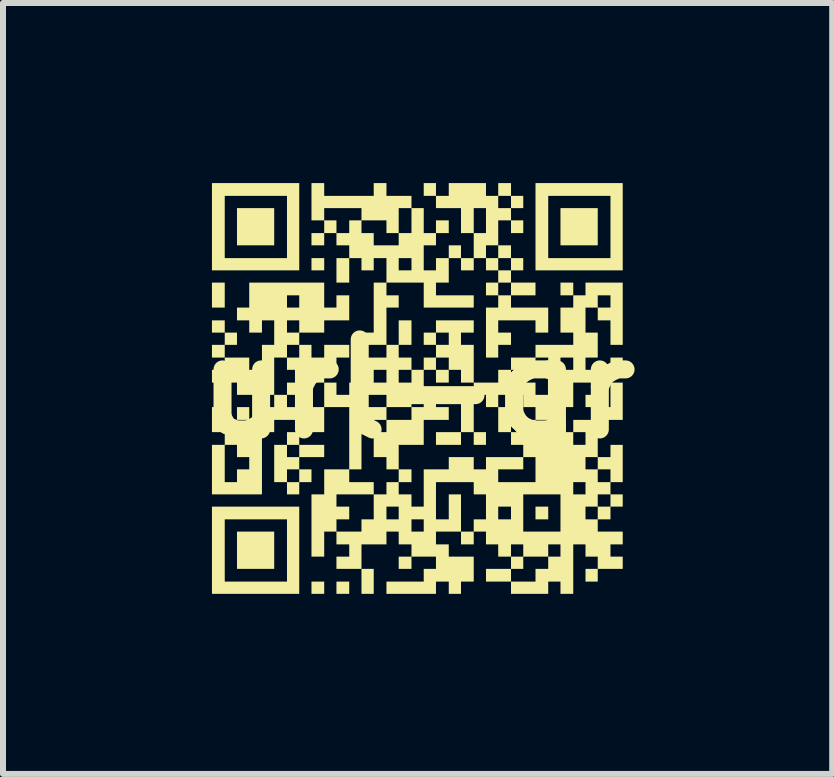
<source format=kicad_pcb>
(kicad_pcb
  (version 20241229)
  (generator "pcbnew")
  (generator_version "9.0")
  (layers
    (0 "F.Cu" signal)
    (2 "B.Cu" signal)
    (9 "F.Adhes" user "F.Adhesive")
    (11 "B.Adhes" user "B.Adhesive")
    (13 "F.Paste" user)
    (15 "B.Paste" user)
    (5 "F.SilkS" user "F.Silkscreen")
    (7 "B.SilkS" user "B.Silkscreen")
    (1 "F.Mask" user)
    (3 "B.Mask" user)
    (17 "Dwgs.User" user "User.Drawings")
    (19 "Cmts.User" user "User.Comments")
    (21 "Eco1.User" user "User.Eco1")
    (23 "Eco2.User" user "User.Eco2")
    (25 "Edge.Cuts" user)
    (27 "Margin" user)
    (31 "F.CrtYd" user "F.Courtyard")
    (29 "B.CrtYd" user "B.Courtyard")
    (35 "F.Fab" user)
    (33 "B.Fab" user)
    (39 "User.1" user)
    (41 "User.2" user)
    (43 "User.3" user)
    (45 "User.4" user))
  (footprint "url-qr"
    (layer "F.Cu")
    (at 3.907 3.426)
    (property "Reference" "url-qr" (at 0 0 0) (layer "F.SilkS") (effects (font (size 1.5 1.5) (thickness 0.3))))
    (attr board_only exclude_from_pos_files exclude_from_bom)
    (fp_poly (pts (xy -3.213 -1.56) (xy -3.213 -1.352) (xy -3.32 -1.352) (xy -3.426 -1.352) (xy -3.426 -1.56) (xy -3.426 -1.768) (xy -3.32 -1.768) (xy -3.213 -1.768)) (stroke (width 0) (type solid)) (fill yes) (layer "F.SilkS"))
    (fp_poly (pts (xy -3.213 -1.037) (xy -3.213 -0.935) (xy -3.32 -0.935) (xy -3.426 -0.935) (xy -3.426 -1.037) (xy -3.426 -1.139) (xy -3.32 -1.139) (xy -3.213 -1.139)) (stroke (width 0) (type solid)) (fill yes) (layer "F.SilkS"))
    (fp_poly (pts (xy -2.389 -2.699) (xy -2.389 -2.389) (xy -2.699 -2.389) (xy -3.009 -2.389) (xy -3.009 -2.699) (xy -3.009 -3.009) (xy -2.699 -3.009) (xy -2.389 -3.009)) (stroke (width 0) (type solid)) (fill yes) (layer "F.SilkS"))
    (fp_poly (pts (xy -2.389 2.69) (xy -2.389 3.001) (xy -2.699 3.001) (xy -3.009 3.001) (xy -3.009 2.69) (xy -3.009 2.38) (xy -2.699 2.38) (xy -2.389 2.38)) (stroke (width 0) (type solid)) (fill yes) (layer "F.SilkS"))
    (fp_poly (pts (xy -1.556 -2.074) (xy -1.556 -1.972) (xy -1.662 -1.972) (xy -1.768 -1.972) (xy -1.768 -2.074) (xy -1.768 -2.176) (xy -1.662 -2.176) (xy -1.556 -2.176)) (stroke (width 0) (type solid)) (fill yes) (layer "F.SilkS"))
    (fp_poly (pts (xy -1.556 3.315) (xy -1.556 3.417) (xy -1.662 3.417) (xy -1.768 3.417) (xy -1.768 3.315) (xy -1.768 3.213) (xy -1.662 3.213) (xy -1.556 3.213)) (stroke (width 0) (type solid)) (fill yes) (layer "F.SilkS"))
    (fp_poly (pts (xy -1.139 3.315) (xy -1.139 3.417) (xy -1.245 3.417) (xy -1.352 3.417) (xy -1.352 3.315) (xy -1.352 3.213) (xy -1.245 3.213) (xy -1.139 3.213)) (stroke (width 0) (type solid)) (fill yes) (layer "F.SilkS"))
    (fp_poly (pts (xy -0.731 3.209) (xy -0.731 3.417) (xy -0.833 3.417) (xy -0.935 3.417) (xy -0.935 3.209) (xy -0.935 3.001) (xy -0.833 3.001) (xy -0.731 3.001)) (stroke (width 0) (type solid)) (fill yes) (layer "F.SilkS"))
    (fp_poly (pts (xy -0.102 1.449) (xy -0.102 1.556) (xy -0.208 1.556) (xy -0.315 1.556) (xy -0.315 1.449) (xy -0.315 1.343) (xy -0.208 1.343) (xy -0.102 1.343)) (stroke (width 0) (type solid)) (fill yes) (layer "F.SilkS"))
    (fp_poly (pts (xy 0.519 -0.208) (xy 0.519 -0.102) (xy 0.412 -0.102) (xy 0.306 -0.102) (xy 0.306 -0.208) (xy 0.306 -0.315) (xy 0.412 -0.315) (xy 0.519 -0.315)) (stroke (width 0) (type solid)) (fill yes) (layer "F.SilkS"))
    (fp_poly (pts (xy 1.139 0.829) (xy 1.139 0.935) (xy 1.037 0.935) (xy 0.935 0.935) (xy 0.935 0.829) (xy 0.935 0.723) (xy 1.037 0.723) (xy 1.139 0.723)) (stroke (width 0) (type solid)) (fill yes) (layer "F.SilkS"))
    (fp_poly (pts (xy 1.76 -2.699) (xy 1.76 -2.593) (xy 1.658 -2.593) (xy 1.556 -2.593) (xy 1.556 -2.699) (xy 1.556 -2.805) (xy 1.658 -2.805) (xy 1.76 -2.805)) (stroke (width 0) (type solid)) (fill yes) (layer "F.SilkS"))
    (fp_poly (pts (xy 2.176 2.07) (xy 2.176 2.176) (xy 2.07 2.176) (xy 1.964 2.176) (xy 1.964 2.07) (xy 1.964 1.964) (xy 2.07 1.964) (xy 2.176 1.964)) (stroke (width 0) (type solid)) (fill yes) (layer "F.SilkS"))
    (fp_poly (pts (xy 3.001 -2.699) (xy 3.001 -2.389) (xy 2.69 -2.389) (xy 2.38 -2.389) (xy 2.38 -2.699) (xy 2.38 -3.009) (xy 2.69 -3.009) (xy 3.001 -3.009)) (stroke (width 0) (type solid)) (fill yes) (layer "F.SilkS"))
    (fp_poly (pts (xy 3.417 -0.417) (xy 3.417 -0.315) (xy 3.315 -0.315) (xy 3.213 -0.315) (xy 3.213 -0.417) (xy 3.213 -0.519) (xy 3.315 -0.519) (xy 3.417 -0.519)) (stroke (width 0) (type solid)) (fill yes) (layer "F.SilkS"))
    (fp_poly (pts (xy -1.768 0.102) (xy -1.768 0.306) (xy -1.87 0.306) (xy -1.972 0.306) (xy -1.972 0.204) (xy -1.972 0.102) (xy -2.074 0.102) (xy -2.176 0.102) (xy -2.176 0) (xy -2.176 -0.102) (xy -1.972 -0.102) (xy -1.768 -0.102)) (stroke (width 0) (type solid)) (fill yes) (layer "F.SilkS"))
    (fp_poly (pts (xy 1.76 0.412) (xy 1.76 0.519) (xy 1.658 0.519) (xy 1.556 0.519) (xy 1.556 0.621) (xy 1.556 0.723) (xy 1.449 0.723) (xy 1.343 0.723) (xy 1.343 0.514) (xy 1.343 0.306) (xy 1.551 0.306) (xy 1.76 0.306)) (stroke (width 0) (type solid)) (fill yes) (layer "F.SilkS"))
    (fp_poly (pts (xy -3.009 -0.833) (xy -3.009 -0.731) (xy -3.111 -0.731) (xy -3.213 -0.731) (xy -3.213 -0.625) (xy -3.213 -0.519) (xy -3.32 -0.519) (xy -3.426 -0.519) (xy -3.426 -0.625) (xy -3.426 -0.731) (xy -3.32 -0.731) (xy -3.213 -0.731) (xy -3.213 -0.833) (xy -3.213 -0.935) (xy -3.111 -0.935) (xy -3.009 -0.935)) (stroke (width 0) (type solid)) (fill yes) (layer "F.SilkS"))
    (fp_poly (pts (xy 0.935 0.412) (xy 0.935 0.723) (xy 0.829 0.723) (xy 0.723 0.723) (xy 0.723 0.829) (xy 0.723 0.935) (xy 0.514 0.935) (xy 0.306 0.935) (xy 0.306 0.829) (xy 0.306 0.723) (xy 0.514 0.723) (xy 0.723 0.723) (xy 0.723 0.412) (xy 0.723 0.102) (xy 0.829 0.102) (xy 0.935 0.102)) (stroke (width 0) (type solid)) (fill yes) (layer "F.SilkS"))
    (fp_poly (pts (xy -1.972 -2.699) (xy -1.972 -1.972) (xy -2.699 -1.972) (xy -3.426 -1.972) (xy -3.426 -2.699) (xy -3.426 -3.213) (xy -3.213 -3.213) (xy -3.213 -2.695) (xy -3.213 -2.176) (xy -2.695 -2.176) (xy -2.176 -2.176) (xy -2.176 -2.695) (xy -2.176 -3.213) (xy -2.695 -3.213) (xy -3.213 -3.213) (xy -3.426 -3.213) (xy -3.426 -3.426) (xy -2.699 -3.426) (xy -1.972 -3.426)) (stroke (width 0) (type solid)) (fill yes) (layer "F.SilkS"))
    (fp_poly (pts (xy -1.972 2.69) (xy -1.972 3.417) (xy -2.699 3.417) (xy -3.426 3.417) (xy -3.426 2.69) (xy -3.426 2.176) (xy -3.213 2.176) (xy -3.213 2.695) (xy -3.213 3.213) (xy -2.695 3.213) (xy -2.176 3.213) (xy -2.176 2.695) (xy -2.176 2.176) (xy -2.695 2.176) (xy -3.213 2.176) (xy -3.426 2.176) (xy -3.426 1.964) (xy -2.699 1.964) (xy -1.972 1.964)) (stroke (width 0) (type solid)) (fill yes) (layer "F.SilkS"))
    (fp_poly (pts (xy 3.417 -2.699) (xy 3.417 -1.972) (xy 2.69 -1.972) (xy 1.964 -1.972) (xy 1.964 -2.699) (xy 1.964 -3.213) (xy 2.176 -3.213) (xy 2.176 -2.695) (xy 2.176 -2.176) (xy 2.695 -2.176) (xy 3.213 -2.176) (xy 3.213 -2.695) (xy 3.213 -3.213) (xy 2.695 -3.213) (xy 2.176 -3.213) (xy 1.964 -3.213) (xy 1.964 -3.426) (xy 2.69 -3.426) (xy 3.417 -3.426)) (stroke (width 0) (type solid)) (fill yes) (layer "F.SilkS"))
    (fp_poly (pts (xy -1.768 -0.625) (xy -1.768 -0.519) (xy -1.662 -0.519) (xy -1.556 -0.519) (xy -1.556 -0.625) (xy -1.556 -0.731) (xy -1.347 -0.731) (xy -1.139 -0.731) (xy -1.139 -0.625) (xy -1.139 -0.519) (xy -1.245 -0.519) (xy -1.352 -0.519) (xy -1.352 -0.417) (xy -1.352 -0.315) (xy -1.454 -0.315) (xy -1.556 -0.315) (xy -1.556 -0.208) (xy -1.556 -0.102) (xy -1.662 -0.102) (xy -1.768 -0.102) (xy -1.768 -0.208) (xy -1.768 -0.315) (xy -1.972 -0.315) (xy -2.176 -0.315) (xy -2.176 -0.417) (xy -2.176 -0.519) (xy -2.074 -0.519) (xy -1.972 -0.519) (xy -1.972 -0.625) (xy -1.972 -0.731) (xy -1.87 -0.731) (xy -1.768 -0.731)) (stroke (width 0) (type solid)) (fill yes) (layer "F.SilkS"))
    (fp_poly (pts (xy 0.306 0.204) (xy 0.306 0.306) (xy 0.412 0.306) (xy 0.519 0.306) (xy 0.519 0.412) (xy 0.519 0.519) (xy 0.31 0.519) (xy 0.102 0.519) (xy 0.102 0.727) (xy 0.102 0.935) (xy -0.106 0.935) (xy -0.315 0.935) (xy -0.315 1.139) (xy -0.315 1.343) (xy -0.417 1.343) (xy -0.519 1.343) (xy -0.519 1.241) (xy -0.519 1.139) (xy -0.625 1.139) (xy -0.731 1.139) (xy -0.731 0.931) (xy -0.731 0.723) (xy -0.625 0.723) (xy -0.519 0.723) (xy -0.519 0.621) (xy -0.519 0.519) (xy -0.31 0.519) (xy -0.102 0.519) (xy -0.102 0.412) (xy -0.102 0.306) (xy 0 0.306) (xy 0.102 0.306) (xy 0.102 0.204) (xy 0.102 0.102) (xy 0.204 0.102) (xy 0.306 0.102)) (stroke (width 0) (type solid)) (fill yes) (layer "F.SilkS"))
    (fp_poly (pts (xy -1.556 -1.56) (xy -1.556 -1.352) (xy -1.454 -1.352) (xy -1.352 -1.352) (xy -1.352 -1.454) (xy -1.352 -1.556) (xy -1.245 -1.556) (xy -1.139 -1.556) (xy -1.139 -1.347) (xy -1.139 -1.139) (xy -1.347 -1.139) (xy -1.556 -1.139) (xy -1.556 -1.037) (xy -1.556 -0.935) (xy -1.764 -0.935) (xy -1.972 -0.935) (xy -1.972 -0.833) (xy -1.972 -0.731) (xy -2.074 -0.731) (xy -2.176 -0.731) (xy -2.176 -0.625) (xy -2.176 -0.519) (xy -2.282 -0.519) (xy -2.389 -0.519) (xy -2.389 -0.208) (xy -2.389 0.102) (xy -2.699 0.102) (xy -3.009 0.102) (xy -3.009 0) (xy -3.009 -0.102) (xy -3.218 -0.102) (xy -3.426 -0.102) (xy -3.426 -0.208) (xy -3.426 -0.315) (xy -3.32 -0.315) (xy -3.213 -0.315) (xy -3.213 -0.417) (xy -3.213 -0.519) (xy -3.009 -0.519) (xy -2.805 -0.519) (xy -2.805 -0.417) (xy -2.805 -0.315) (xy -2.699 -0.315) (xy -2.593 -0.315) (xy -2.593 -0.523) (xy -2.593 -0.731) (xy -2.491 -0.731) (xy -2.389 -0.731) (xy -2.389 -0.935) (xy -2.389 -1.139) (xy -2.176 -1.139) (xy -2.176 -1.037) (xy -2.176 -0.935) (xy -2.074 -0.935) (xy -1.972 -0.935) (xy -1.972 -1.037) (xy -1.972 -1.139) (xy -2.074 -1.139) (xy -2.176 -1.139) (xy -2.389 -1.139) (xy -2.491 -1.139) (xy -2.593 -1.139) (xy -2.593 -1.037) (xy -2.593 -0.935) (xy -2.699 -0.935) (xy -2.805 -0.935) (xy -2.805 -1.037) (xy -2.805 -1.139) (xy -2.907 -1.139) (xy -3.009 -1.139) (xy -3.009 -1.245) (xy -3.009 -1.352) (xy -2.907 -1.352) (xy -2.805 -1.352) (xy -2.805 -1.556) (xy -2.176 -1.556) (xy -2.176 -1.454) (xy -2.176 -1.352) (xy -2.074 -1.352) (xy -1.972 -1.352) (xy -1.972 -1.454) (xy -1.972 -1.556) (xy -2.074 -1.556) (xy -2.176 -1.556) (xy -2.805 -1.556) (xy -2.805 -1.56) (xy -2.805 -1.768) (xy -2.18 -1.768) (xy -1.556 -1.768)) (stroke (width 0) (type solid)) (fill yes) (layer "F.SilkS"))
    (fp_poly (pts (xy -1.556 -3.32) (xy -1.556 -3.213) (xy -1.143 -3.213) (xy -0.731 -3.213) (xy -0.731 -3.32) (xy -0.731 -3.426) (xy -0.625 -3.426) (xy -0.519 -3.426) (xy -0.519 -3.32) (xy -0.519 -3.213) (xy -0.31 -3.213) (xy -0.102 -3.213) (xy -0.102 -3.111) (xy -0.102 -3.009) (xy -0.208 -3.009) (xy -0.315 -3.009) (xy -0.315 -2.801) (xy -0.315 -2.593) (xy -0.417 -2.593) (xy -0.519 -2.593) (xy -0.519 -2.699) (xy -0.519 -2.805) (xy -0.727 -2.805) (xy -0.935 -2.805) (xy -0.935 -2.699) (xy -0.935 -2.593) (xy -0.833 -2.593) (xy -0.731 -2.593) (xy -0.731 -2.491) (xy -0.731 -2.389) (xy -0.523 -2.389) (xy -0.315 -2.389) (xy -0.315 -2.491) (xy -0.315 -2.593) (xy -0.208 -2.593) (xy -0.102 -2.593) (xy -0.102 -2.801) (xy -0.102 -3.009) (xy 0 -3.009) (xy 0.102 -3.009) (xy 0.102 -2.801) (xy 0.102 -2.593) (xy 0.204 -2.593) (xy 0.306 -2.593) (xy 0.306 -2.699) (xy 0.306 -2.805) (xy 0.412 -2.805) (xy 0.519 -2.805) (xy 0.519 -2.699) (xy 0.519 -2.593) (xy 0.412 -2.593) (xy 0.306 -2.593) (xy 0.306 -2.491) (xy 0.306 -2.389) (xy 0.204 -2.389) (xy 0.102 -2.389) (xy 0.102 -2.18) (xy 0.102 -1.972) (xy 0.204 -1.972) (xy 0.306 -1.972) (xy 0.306 -2.074) (xy 0.306 -2.176) (xy 0.412 -2.176) (xy 0.519 -2.176) (xy 0.519 -2.282) (xy 0.519 -2.389) (xy 0.621 -2.389) (xy 0.723 -2.389) (xy 0.723 -2.282) (xy 0.723 -2.176) (xy 0.829 -2.176) (xy 0.935 -2.176) (xy 0.935 -2.384) (xy 0.935 -2.593) (xy 0.829 -2.593) (xy 0.723 -2.593) (xy 0.723 -2.801) (xy 0.723 -3.009) (xy 0.935 -3.009) (xy 0.935 -2.801) (xy 0.935 -2.593) (xy 1.037 -2.593) (xy 1.139 -2.593) (xy 1.139 -2.801) (xy 1.139 -3.009) (xy 1.037 -3.009) (xy 0.935 -3.009) (xy 0.723 -3.009) (xy 0.514 -3.009) (xy 0.306 -3.009) (xy 0.306 -3.111) (xy 0.306 -3.213) (xy 0.204 -3.213) (xy 0.102 -3.213) (xy 0.102 -3.32) (xy 0.102 -3.426) (xy 0.204 -3.426) (xy 0.306 -3.426) (xy 0.306 -3.32) (xy 0.306 -3.213) (xy 0.412 -3.213) (xy 0.519 -3.213) (xy 0.519 -3.32) (xy 0.519 -3.426) (xy 0.829 -3.426) (xy 1.139 -3.426) (xy 1.139 -3.32) (xy 1.139 -3.213) (xy 1.241 -3.213) (xy 1.343 -3.213) (xy 1.343 -3.32) (xy 1.343 -3.426) (xy 1.449 -3.426) (xy 1.556 -3.426) (xy 1.556 -3.32) (xy 1.556 -3.213) (xy 1.449 -3.213) (xy 1.343 -3.213) (xy 1.343 -3.111) (xy 1.343 -3.009) (xy 1.449 -3.009) (xy 1.556 -3.009) (xy 1.556 -3.111) (xy 1.556 -3.213) (xy 1.658 -3.213) (xy 1.76 -3.213) (xy 1.76 -3.111) (xy 1.76 -3.009) (xy 1.658 -3.009) (xy 1.556 -3.009) (xy 1.556 -2.907) (xy 1.556 -2.805) (xy 1.449 -2.805) (xy 1.343 -2.805) (xy 1.343 -2.597) (xy 1.343 -2.389) (xy 1.241 -2.389) (xy 1.139 -2.389) (xy 1.139 -2.282) (xy 1.139 -2.176) (xy 1.241 -2.176) (xy 1.343 -2.176) (xy 1.343 -2.282) (xy 1.343 -2.389) (xy 1.449 -2.389) (xy 1.556 -2.389) (xy 1.556 -2.282) (xy 1.556 -2.176) (xy 1.449 -2.176) (xy 1.343 -2.176) (xy 1.343 -2.074) (xy 1.343 -1.972) (xy 1.449 -1.972) (xy 1.556 -1.972) (xy 1.556 -2.074) (xy 1.556 -2.176) (xy 1.658 -2.176) (xy 1.76 -2.176) (xy 1.76 -2.074) (xy 1.76 -1.972) (xy 1.658 -1.972) (xy 1.556 -1.972) (xy 1.556 -1.87) (xy 1.556 -1.768) (xy 1.449 -1.768) (xy 1.343 -1.768) (xy 1.343 -1.662) (xy 1.343 -1.556) (xy 1.449 -1.556) (xy 1.556 -1.556) (xy 1.556 -1.662) (xy 1.556 -1.768) (xy 1.76 -1.768) (xy 1.964 -1.768) (xy 1.964 -1.662) (xy 1.964 -1.556) (xy 1.76 -1.556) (xy 1.556 -1.556) (xy 1.556 -1.454) (xy 1.556 -1.352) (xy 1.866 -1.352) (xy 2.176 -1.352) (xy 2.176 -1.143) (xy 2.176 -0.935) (xy 2.07 -0.935) (xy 1.964 -0.935) (xy 1.964 -1.037) (xy 1.964 -1.139) (xy 1.653 -1.139) (xy 1.343 -1.139) (xy 1.343 -1.037) (xy 1.343 -0.935) (xy 1.449 -0.935) (xy 1.556 -0.935) (xy 1.556 -0.833) (xy 1.556 -0.731) (xy 1.449 -0.731) (xy 1.343 -0.731) (xy 1.343 -0.625) (xy 1.343 -0.519) (xy 1.241 -0.519) (xy 1.139 -0.519) (xy 1.139 -0.935) (xy 1.139 -1.352) (xy 1.241 -1.352) (xy 1.343 -1.352) (xy 1.343 -1.454) (xy 1.343 -1.556) (xy 1.241 -1.556) (xy 1.139 -1.556) (xy 1.139 -1.662) (xy 1.139 -1.768) (xy 1.241 -1.768) (xy 1.343 -1.768) (xy 1.343 -1.87) (xy 1.343 -1.972) (xy 1.241 -1.972) (xy 1.139 -1.972) (xy 1.139 -2.074) (xy 1.139 -2.176) (xy 1.037 -2.176) (xy 0.935 -2.176) (xy 0.935 -2.074) (xy 0.935 -1.972) (xy 0.829 -1.972) (xy 0.723 -1.972) (xy 0.723 -2.074) (xy 0.723 -2.176) (xy 0.621 -2.176) (xy 0.519 -2.176) (xy 0.519 -1.972) (xy 0.519 -1.768) (xy 0.412 -1.768) (xy 0.306 -1.768) (xy 0.306 -1.662) (xy 0.306 -1.556) (xy 0.621 -1.556) (xy 0.935 -1.556) (xy 0.935 -1.454) (xy 0.935 -1.352) (xy 0.519 -1.352) (xy 0.102 -1.352) (xy 0.102 -1.56) (xy 0.102 -1.768) (xy -0.208 -1.768) (xy -0.519 -1.768) (xy -0.519 -1.662) (xy -0.519 -1.556) (xy -0.417 -1.556) (xy -0.315 -1.556) (xy -0.315 -1.454) (xy -0.315 -1.352) (xy -0.417 -1.352) (xy -0.519 -1.352) (xy -0.519 -1.041) (xy -0.519 -0.731) (xy -0.417 -0.731) (xy -0.315 -0.731) (xy -0.315 -0.935) (xy -0.315 -1.139) (xy -0.208 -1.139) (xy -0.102 -1.139) (xy -0.102 -0.935) (xy -0.102 -0.731) (xy -0.208 -0.731) (xy -0.315 -0.731) (xy -0.315 -0.625) (xy -0.315 -0.519) (xy -0.208 -0.519) (xy -0.102 -0.519) (xy -0.102 -0.417) (xy -0.102 -0.315) (xy 0 -0.315) (xy 0.102 -0.315) (xy 0.102 -0.417) (xy 0.102 -0.519) (xy 0.204 -0.519) (xy 0.306 -0.519) (xy 0.306 -0.625) (xy 0.306 -0.731) (xy 0.204 -0.731) (xy 0.102 -0.731) (xy 0.102 -0.833) (xy 0.102 -0.935) (xy 0.204 -0.935) (xy 0.306 -0.935) (xy 0.306 -0.833) (xy 0.306 -0.731) (xy 0.412 -0.731) (xy 0.519 -0.731) (xy 0.519 -0.833) (xy 0.519 -0.935) (xy 0.412 -0.935) (xy 0.306 -0.935) (xy 0.306 -1.037) (xy 0.306 -1.139) (xy 0.621 -1.139) (xy 0.935 -1.139) (xy 0.935 -1.037) (xy 0.935 -0.935) (xy 0.829 -0.935) (xy 0.723 -0.935) (xy 0.723 -0.833) (xy 0.723 -0.731) (xy 0.829 -0.731) (xy 0.935 -0.731) (xy 0.935 -0.417) (xy 0.935 -0.102) (xy 1.139 -0.102) (xy 1.343 -0.102) (xy 1.343 -0.208) (xy 1.343 -0.315) (xy 1.449 -0.315) (xy 1.556 -0.315) (xy 1.556 -0.417) (xy 1.556 -0.519) (xy 1.76 -0.519) (xy 1.964 -0.519) (xy 1.964 -0.625) (xy 1.964 -0.731) (xy 2.278 -0.731) (xy 2.593 -0.731) (xy 2.593 -0.833) (xy 2.593 -0.935) (xy 2.486 -0.935) (xy 2.38 -0.935) (xy 2.38 -1.143) (xy 2.38 -1.352) (xy 2.486 -1.352) (xy 2.593 -1.352) (xy 2.593 -1.454) (xy 2.593 -1.556) (xy 2.486 -1.556) (xy 2.38 -1.556) (xy 2.38 -1.662) (xy 2.38 -1.768) (xy 2.486 -1.768) (xy 2.593 -1.768) (xy 2.593 -1.662) (xy 2.593 -1.556) (xy 2.695 -1.556) (xy 2.797 -1.556) (xy 3.001 -1.556) (xy 3.001 -1.454) (xy 3.001 -1.352) (xy 3.107 -1.352) (xy 3.213 -1.352) (xy 3.213 -1.454) (xy 3.213 -1.556) (xy 3.107 -1.556) (xy 3.001 -1.556) (xy 2.797 -1.556) (xy 2.797 -1.662) (xy 2.797 -1.768) (xy 3.107 -1.768) (xy 3.417 -1.768) (xy 3.417 -1.25) (xy 3.417 -0.731) (xy 3.315 -0.731) (xy 3.213 -0.731) (xy 3.213 -0.935) (xy 3.213 -1.139) (xy 3.107 -1.139) (xy 3.001 -1.139) (xy 3.001 -1.245) (xy 3.001 -1.352) (xy 2.899 -1.352) (xy 2.797 -1.352) (xy 2.797 -1.143) (xy 2.797 -0.935) (xy 2.899 -0.935) (xy 3.001 -0.935) (xy 3.001 -0.727) (xy 3.001 -0.519) (xy 2.899 -0.519) (xy 2.797 -0.519) (xy 2.797 -0.417) (xy 2.797 -0.315) (xy 2.899 -0.315) (xy 3.001 -0.315) (xy 3.001 -0.208) (xy 3.001 -0.102) (xy 2.797 -0.102) (xy 2.593 -0.102) (xy 2.593 0.102) (xy 2.593 0.306) (xy 2.486 0.306) (xy 2.38 0.306) (xy 2.38 -0.004) (xy 2.38 -0.315) (xy 2.278 -0.315) (xy 2.176 -0.315) (xy 2.176 -0.417) (xy 2.176 -0.519) (xy 2.38 -0.519) (xy 2.38 -0.417) (xy 2.38 -0.315) (xy 2.486 -0.315) (xy 2.593 -0.315) (xy 2.593 -0.417) (xy 2.593 -0.519) (xy 2.486 -0.519) (xy 2.38 -0.519) (xy 2.176 -0.519) (xy 2.07 -0.519) (xy 1.964 -0.519) (xy 1.964 -0.417) (xy 1.964 -0.315) (xy 1.76 -0.315) (xy 1.556 -0.315) (xy 1.556 -0.208) (xy 1.556 -0.102) (xy 1.76 -0.102) (xy 1.964 -0.102) (xy 1.964 0) (xy 1.964 0.102) (xy 2.07 0.102) (xy 2.176 0.102) (xy 2.176 0.31) (xy 2.176 0.519) (xy 2.07 0.519) (xy 1.964 0.519) (xy 1.964 0.621) (xy 1.964 0.723) (xy 2.07 0.723) (xy 2.176 0.723) (xy 2.176 0.829) (xy 2.176 0.935) (xy 2.278 0.935) (xy 2.38 0.935) (xy 2.38 0.829) (xy 2.38 0.723) (xy 2.278 0.723) (xy 2.176 0.723) (xy 2.176 0.621) (xy 2.176 0.519) (xy 2.278 0.519) (xy 2.38 0.519) (xy 2.38 0.621) (xy 2.38 0.723) (xy 2.486 0.723) (xy 2.593 0.723) (xy 2.593 0.829) (xy 2.593 0.935) (xy 2.695 0.935) (xy 2.797 0.935) (xy 2.797 0.829) (xy 2.797 0.723) (xy 2.695 0.723) (xy 2.593 0.723) (xy 2.593 0.621) (xy 2.593 0.519) (xy 2.797 0.519) (xy 3.001 0.519) (xy 3.001 0.412) (xy 3.001 0.306) (xy 2.899 0.306) (xy 2.797 0.306) (xy 2.797 0.204) (xy 2.797 0.102) (xy 2.899 0.102) (xy 3.001 0.102) (xy 3.001 0.204) (xy 3.001 0.306) (xy 3.107 0.306) (xy 3.213 0.306) (xy 3.213 0.102) (xy 3.213 -0.102) (xy 3.315 -0.102) (xy 3.417 -0.102) (xy 3.417 0.208) (xy 3.417 0.519) (xy 3.209 0.519) (xy 3.001 0.519) (xy 3.001 0.829) (xy 3.001 1.139) (xy 3.107 1.139) (xy 3.213 1.139) (xy 3.213 1.037) (xy 3.213 0.935) (xy 3.315 0.935) (xy 3.417 0.935) (xy 3.417 1.245) (xy 3.417 1.556) (xy 3.315 1.556) (xy 3.213 1.556) (xy 3.213 1.658) (xy 3.213 1.76) (xy 3.107 1.76) (xy 3.001 1.76) (xy 3.001 1.862) (xy 3.001 1.964) (xy 2.899 1.964) (xy 2.797 1.964) (xy 2.797 2.07) (xy 2.797 2.176) (xy 2.899 2.176) (xy 3.001 2.176) (xy 3.001 2.07) (xy 3.001 1.964) (xy 3.107 1.964) (xy 3.213 1.964) (xy 3.213 1.862) (xy 3.213 1.76) (xy 3.315 1.76) (xy 3.417 1.76) (xy 3.417 1.862) (xy 3.417 1.964) (xy 3.315 1.964) (xy 3.213 1.964) (xy 3.213 2.07) (xy 3.213 2.176) (xy 3.107 2.176) (xy 3.001 2.176) (xy 3.001 2.278) (xy 3.001 2.38) (xy 3.209 2.38) (xy 3.417 2.38) (xy 3.417 2.486) (xy 3.417 2.593) (xy 3.315 2.593) (xy 3.213 2.593) (xy 3.213 2.695) (xy 3.213 2.797) (xy 3.315 2.797) (xy 3.417 2.797) (xy 3.417 2.899) (xy 3.417 3.001) (xy 3.209 3.001) (xy 3.001 3.001) (xy 3.001 3.107) (xy 3.001 3.213) (xy 2.899 3.213) (xy 2.797 3.213) (xy 2.797 3.107) (xy 2.797 3.001) (xy 2.899 3.001) (xy 3.001 3.001) (xy 3.001 2.899) (xy 3.001 2.797) (xy 2.899 2.797) (xy 2.797 2.797) (xy 2.797 2.695) (xy 2.797 2.593) (xy 2.695 2.593) (xy 2.593 2.593) (xy 2.593 3.005) (xy 2.593 3.417) (xy 2.486 3.417) (xy 2.38 3.417) (xy 2.38 3.315) (xy 2.38 3.213) (xy 2.278 3.213) (xy 2.176 3.213) (xy 2.176 3.315) (xy 2.176 3.417) (xy 1.866 3.417) (xy 1.556 3.417) (xy 1.556 3.315) (xy 1.556 3.213) (xy 1.347 3.213) (xy 1.139 3.213) (xy 1.139 3.107) (xy 1.139 3.001) (xy 1.347 3.001) (xy 1.556 3.001) (xy 1.556 2.899) (xy 1.556 2.797) (xy 1.658 2.797) (xy 1.76 2.797) (xy 1.76 2.899) (xy 1.76 3.001) (xy 1.658 3.001) (xy 1.556 3.001) (xy 1.556 3.107) (xy 1.556 3.213) (xy 1.76 3.213) (xy 1.964 3.213) (xy 1.964 3.107) (xy 1.964 3.001) (xy 2.07 3.001) (xy 2.176 3.001) (xy 2.176 2.899) (xy 2.176 2.797) (xy 2.278 2.797) (xy 2.38 2.797) (xy 2.38 2.695) (xy 2.38 2.593) (xy 2.278 2.593) (xy 2.176 2.593) (xy 2.176 2.695) (xy 2.176 2.797) (xy 1.968 2.797) (xy 1.76 2.797) (xy 1.76 2.695) (xy 1.76 2.593) (xy 1.658 2.593) (xy 1.556 2.593) (xy 1.556 2.695) (xy 1.556 2.797) (xy 1.449 2.797) (xy 1.343 2.797) (xy 1.343 2.695) (xy 1.343 2.593) (xy 1.241 2.593) (xy 1.139 2.593) (xy 1.139 2.486) (xy 1.139 2.38) (xy 1.037 2.38) (xy 0.935 2.38) (xy 0.935 2.486) (xy 0.935 2.593) (xy 0.829 2.593) (xy 0.723 2.593) (xy 0.723 2.486) (xy 0.723 2.38) (xy 0.514 2.38) (xy 0.306 2.38) (xy 0.306 2.486) (xy 0.306 2.593) (xy 0.412 2.593) (xy 0.519 2.593) (xy 0.519 2.695) (xy 0.519 2.797) (xy 0.727 2.797) (xy 0.935 2.797) (xy 0.935 3.005) (xy 0.935 3.213) (xy 0.829 3.213) (xy 0.723 3.213) (xy 0.723 3.315) (xy 0.723 3.417) (xy 0.621 3.417) (xy 0.519 3.417) (xy 0.519 3.315) (xy 0.519 3.213) (xy 0.412 3.213) (xy 0.306 3.213) (xy 0.306 3.315) (xy 0.306 3.417) (xy -0.106 3.417) (xy -0.519 3.417) (xy -0.519 3.315) (xy -0.519 3.213) (xy -0.208 3.213) (xy 0.102 3.213) (xy 0.102 3.107) (xy 0.102 3.001) (xy 0.204 3.001) (xy 0.306 3.001) (xy 0.306 2.899) (xy 0.306 2.797) (xy 0.102 2.797) (xy -0.102 2.797) (xy -0.102 2.899) (xy -0.102 3.001) (xy -0.208 3.001) (xy -0.315 3.001) (xy -0.315 2.899) (xy -0.315 2.797) (xy -0.208 2.797) (xy -0.102 2.797) (xy -0.102 2.695) (xy -0.102 2.593) (xy -0.208 2.593) (xy -0.315 2.593) (xy -0.315 2.486) (xy -0.315 2.38) (xy -0.417 2.38) (xy -0.519 2.38) (xy -0.519 2.486) (xy -0.519 2.593) (xy -0.727 2.593) (xy -0.935 2.593) (xy -0.935 2.797) (xy -0.935 3.001) (xy -1.143 3.001) (xy -1.352 3.001) (xy -1.352 2.899) (xy -1.352 2.797) (xy -1.245 2.797) (xy -1.139 2.797) (xy -1.139 2.695) (xy -1.139 2.593) (xy -1.245 2.593) (xy -1.352 2.593) (xy -1.352 2.486) (xy -1.352 2.38) (xy -1.143 2.38) (xy -0.935 2.38) (xy -0.935 2.278) (xy -0.935 2.176) (xy -0.833 2.176) (xy -0.731 2.176) (xy -0.731 1.968) (xy -0.731 1.964) (xy -0.519 1.964) (xy -0.519 2.07) (xy -0.519 2.176) (xy -0.417 2.176) (xy -0.315 2.176) (xy -0.102 2.176) (xy -0.102 2.278) (xy -0.102 2.38) (xy 0 2.38) (xy 0.102 2.38) (xy 0.102 2.278) (xy 0.102 2.176) (xy 0 2.176) (xy -0.102 2.176) (xy -0.315 2.176) (xy -0.315 2.07) (xy -0.315 1.964) (xy -0.417 1.964) (xy -0.519 1.964) (xy -0.731 1.964) (xy -0.731 1.76) (xy -0.625 1.76) (xy -0.519 1.76) (xy -0.519 1.658) (xy -0.519 1.556) (xy -0.417 1.556) (xy -0.315 1.556) (xy -0.315 1.658) (xy -0.315 1.76) (xy -0.208 1.76) (xy -0.102 1.76) (xy -0.102 1.862) (xy -0.102 1.964) (xy 0 1.964) (xy 0.102 1.964) (xy 0.102 1.653) (xy 0.102 1.556) (xy 0.306 1.556) (xy 0.306 1.866) (xy 0.306 2.176) (xy 0.412 2.176) (xy 0.519 2.176) (xy 0.519 1.968) (xy 0.519 1.76) (xy 0.621 1.76) (xy 0.723 1.76) (xy 0.723 2.07) (xy 0.723 2.38) (xy 0.829 2.38) (xy 0.935 2.38) (xy 0.935 2.278) (xy 0.935 2.176) (xy 1.037 2.176) (xy 1.139 2.176) (xy 1.139 1.968) (xy 1.139 1.964) (xy 1.343 1.964) (xy 1.343 2.07) (xy 1.343 2.176) (xy 1.449 2.176) (xy 1.556 2.176) (xy 1.556 2.07) (xy 1.556 1.964) (xy 1.449 1.964) (xy 1.343 1.964) (xy 1.139 1.964) (xy 1.139 1.76) (xy 1.76 1.76) (xy 1.76 2.07) (xy 1.76 2.38) (xy 2.07 2.38) (xy 2.38 2.38) (xy 2.38 2.07) (xy 2.38 1.76) (xy 2.07 1.76) (xy 1.76 1.76) (xy 1.139 1.76) (xy 1.037 1.76) (xy 0.935 1.76) (xy 0.935 1.658) (xy 0.935 1.556) (xy 1.343 1.556) (xy 1.653 1.556) (xy 1.964 1.556) (xy 2.593 1.556) (xy 2.593 1.658) (xy 2.593 1.76) (xy 2.695 1.76) (xy 2.797 1.76) (xy 2.797 1.658) (xy 2.797 1.556) (xy 2.695 1.556) (xy 2.593 1.556) (xy 1.964 1.556) (xy 1.964 1.347) (xy 1.964 1.139) (xy 2.797 1.139) (xy 2.797 1.241) (xy 2.797 1.343) (xy 2.899 1.343) (xy 3.001 1.343) (xy 3.001 1.449) (xy 3.001 1.556) (xy 3.107 1.556) (xy 3.213 1.556) (xy 3.213 1.449) (xy 3.213 1.343) (xy 3.107 1.343) (xy 3.001 1.343) (xy 3.001 1.241) (xy 3.001 1.139) (xy 2.899 1.139) (xy 2.797 1.139) (xy 1.964 1.139) (xy 1.862 1.139) (xy 1.76 1.139) (xy 1.76 1.241) (xy 1.76 1.343) (xy 1.551 1.343) (xy 1.343 1.343) (xy 1.343 1.449) (xy 1.343 1.556) (xy 0.935 1.556) (xy 0.621 1.556) (xy 0.306 1.556) (xy 0.102 1.556) (xy 0.102 1.343) (xy 0.31 1.343) (xy 0.519 1.343) (xy 0.519 1.241) (xy 0.519 1.139) (xy 0.727 1.139) (xy 0.935 1.139) (xy 0.935 1.241) (xy 0.935 1.343) (xy 1.037 1.343) (xy 1.139 1.343) (xy 1.139 1.241) (xy 1.139 1.139) (xy 1.449 1.139) (xy 1.76 1.139) (xy 1.76 1.037) (xy 1.76 0.935) (xy 1.658 0.935) (xy 1.556 0.935) (xy 1.556 0.829) (xy 1.556 0.723) (xy 1.658 0.723) (xy 1.76 0.723) (xy 1.76 0.621) (xy 1.76 0.519) (xy 1.862 0.519) (xy 1.964 0.519) (xy 1.964 0.412) (xy 1.964 0.306) (xy 1.862 0.306) (xy 1.76 0.306) (xy 1.76 0.204) (xy 1.76 0.102) (xy 1.551 0.102) (xy 1.343 0.102) (xy 1.343 0.204) (xy 1.343 0.306) (xy 1.241 0.306) (xy 1.139 0.306) (xy 1.139 0.204) (xy 1.139 0.102) (xy 1.037 0.102) (xy 0.935 0.102) (xy 0.935 0) (xy 0.935 -0.102) (xy 0.829 -0.102) (xy 0.723 -0.102) (xy 0.723 -0.208) (xy 0.723 -0.315) (xy 0.621 -0.315) (xy 0.519 -0.315) (xy 0.519 -0.417) (xy 0.519 -0.519) (xy 0.412 -0.519) (xy 0.306 -0.519) (xy 0.306 -0.417) (xy 0.306 -0.315) (xy 0.204 -0.315) (xy 0.102 -0.315) (xy 0.102 -0.106) (xy 0.102 0.102) (xy 0 0.102) (xy -0.102 0.102) (xy -0.102 0.204) (xy -0.102 0.306) (xy -0.31 0.306) (xy -0.519 0.306) (xy -0.519 0.204) (xy -0.519 0.102) (xy -0.727 0.102) (xy -0.935 0.102) (xy -0.935 0.204) (xy -0.935 0.306) (xy -0.727 0.306) (xy -0.519 0.306) (xy -0.519 0.412) (xy -0.519 0.519) (xy -0.625 0.519) (xy -0.731 0.519) (xy -0.731 0.621) (xy -0.731 0.723) (xy -0.833 0.723) (xy -0.935 0.723) (xy -0.935 1.033) (xy -0.935 1.343) (xy -1.037 1.343) (xy -1.139 1.343) (xy -1.139 1.449) (xy -1.139 1.556) (xy -0.935 1.556) (xy -0.731 1.556) (xy -0.731 1.658) (xy -0.731 1.76) (xy -1.041 1.76) (xy -1.352 1.76) (xy -1.352 1.862) (xy -1.352 1.964) (xy -1.245 1.964) (xy -1.139 1.964) (xy -1.139 2.07) (xy -1.139 2.176) (xy -1.245 2.176) (xy -1.352 2.176) (xy -1.352 2.278) (xy -1.352 2.38) (xy -1.454 2.38) (xy -1.556 2.38) (xy -1.556 2.588) (xy -1.556 2.797) (xy -1.662 2.797) (xy -1.768 2.797) (xy -1.768 2.278) (xy -1.768 1.76) (xy -1.662 1.76) (xy -1.556 1.76) (xy -1.556 1.551) (xy -1.556 1.343) (xy -1.347 1.343) (xy -1.139 1.343) (xy -1.139 0.825) (xy -1.139 0.306) (xy -1.347 0.306) (xy -1.556 0.306) (xy -1.556 0.514) (xy -1.556 0.723) (xy -1.764 0.723) (xy -1.972 0.723) (xy -1.972 0.829) (xy -1.972 0.935) (xy -2.074 0.935) (xy -2.176 0.935) (xy -2.176 1.037) (xy -2.176 1.139) (xy -2.074 1.139) (xy -1.972 1.139) (xy -1.972 1.037) (xy -1.972 0.935) (xy -1.764 0.935) (xy -1.556 0.935) (xy -1.556 1.037) (xy -1.556 1.139) (xy -1.764 1.139) (xy -1.972 1.139) (xy -1.972 1.241) (xy -1.972 1.343) (xy -2.074 1.343) (xy -2.176 1.343) (xy -2.176 1.449) (xy -2.176 1.556) (xy -2.074 1.556) (xy -1.972 1.556) (xy -1.972 1.449) (xy -1.972 1.343) (xy -1.87 1.343) (xy -1.768 1.343) (xy -1.768 1.449) (xy -1.768 1.556) (xy -1.87 1.556) (xy -1.972 1.556) (xy -1.972 1.658) (xy -1.972 1.76) (xy -2.074 1.76) (xy -2.176 1.76) (xy -2.176 1.658) (xy -2.176 1.556) (xy -2.282 1.556) (xy -2.389 1.556) (xy -2.389 1.245) (xy -2.389 0.935) (xy -2.282 0.935) (xy -2.176 0.935) (xy -2.176 0.829) (xy -2.176 0.723) (xy -2.074 0.723) (xy -1.972 0.723) (xy -1.972 0.621) (xy -1.972 0.519) (xy -2.18 0.519) (xy -2.389 0.519) (xy -2.389 0.621) (xy -2.389 0.723) (xy -2.491 0.723) (xy -2.593 0.723) (xy -2.593 1.241) (xy -2.593 1.76) (xy -3.009 1.76) (xy -3.426 1.76) (xy -3.426 1.347) (xy -3.426 0.935) (xy -3.32 0.935) (xy -3.213 0.935) (xy -3.213 1.245) (xy -3.213 1.556) (xy -3.111 1.556) (xy -3.009 1.556) (xy -3.009 1.449) (xy -3.009 1.343) (xy -2.907 1.343) (xy -2.805 1.343) (xy -2.805 1.241) (xy -2.805 1.139) (xy -2.907 1.139) (xy -3.009 1.139) (xy -3.009 1.037) (xy -3.009 0.935) (xy -3.111 0.935) (xy -3.213 0.935) (xy -3.213 0.829) (xy -3.213 0.723) (xy -3.32 0.723) (xy -3.426 0.723) (xy -3.426 0.514) (xy -3.426 0.306) (xy -3.32 0.306) (xy -3.213 0.306) (xy -3.213 0.412) (xy -3.213 0.519) (xy -3.111 0.519) (xy -3.009 0.519) (xy -3.009 0.621) (xy -3.009 0.723) (xy -2.907 0.723) (xy -2.805 0.723) (xy -2.805 0.621) (xy -2.805 0.519) (xy -2.907 0.519) (xy -3.009 0.519) (xy -3.009 0.412) (xy -3.009 0.306) (xy -2.907 0.306) (xy -2.805 0.306) (xy -2.805 0.412) (xy -2.805 0.519) (xy -2.699 0.519) (xy -2.593 0.519) (xy -2.593 0.412) (xy -2.593 0.306) (xy -2.491 0.306) (xy -2.389 0.306) (xy -2.389 0.204) (xy -2.389 0.102) (xy -2.282 0.102) (xy -2.176 0.102) (xy -2.176 0.204) (xy -2.176 0.306) (xy -2.074 0.306) (xy -1.972 0.306) (xy -1.972 0.412) (xy -1.972 0.519) (xy -1.87 0.519) (xy -1.768 0.519) (xy -1.768 0.412) (xy -1.768 0.306) (xy -1.662 0.306) (xy -1.556 0.306) (xy -1.556 0.102) (xy -1.556 -0.102) (xy -1.454 -0.102) (xy -1.352 -0.102) (xy -1.352 0) (xy -1.352 0.102) (xy -1.245 0.102) (xy -1.139 0.102) (xy -1.139 0) (xy -1.139 -0.102) (xy -1.037 -0.102) (xy -0.935 -0.102) (xy -0.935 -0.31) (xy -0.935 -0.315) (xy -0.731 -0.315) (xy -0.731 -0.208) (xy -0.731 -0.102) (xy -0.625 -0.102) (xy -0.519 -0.102) (xy -0.519 -0.208) (xy -0.519 -0.315) (xy -0.315 -0.315) (xy -0.315 -0.208) (xy -0.315 -0.102) (xy -0.208 -0.102) (xy -0.102 -0.102) (xy -0.102 -0.208) (xy -0.102 -0.315) (xy -0.208 -0.315) (xy -0.315 -0.315) (xy -0.519 -0.315) (xy -0.625 -0.315) (xy -0.731 -0.315) (xy -0.935 -0.315) (xy -0.935 -0.519) (xy -0.727 -0.519) (xy -0.519 -0.519) (xy -0.519 -0.625) (xy -0.519 -0.731) (xy -0.727 -0.731) (xy -0.935 -0.731) (xy -0.935 -0.833) (xy -0.935 -0.935) (xy -0.833 -0.935) (xy -0.731 -0.935) (xy -0.731 -1.352) (xy -0.731 -1.768) (xy -0.625 -1.768) (xy -0.519 -1.768) (xy -0.519 -1.972) (xy -0.519 -2.176) (xy -0.315 -2.176) (xy -0.315 -2.074) (xy -0.315 -1.972) (xy -0.208 -1.972) (xy -0.102 -1.972) (xy -0.102 -2.074) (xy -0.102 -2.176) (xy -0.208 -2.176) (xy -0.315 -2.176) (xy -0.519 -2.176) (xy -0.625 -2.176) (xy -0.731 -2.176) (xy -0.731 -2.074) (xy -0.731 -1.972) (xy -0.833 -1.972) (xy -0.935 -1.972) (xy -0.935 -2.074) (xy -0.935 -2.176) (xy -1.037 -2.176) (xy -1.139 -2.176) (xy -1.139 -1.972) (xy -1.139 -1.768) (xy -1.245 -1.768) (xy -1.352 -1.768) (xy -1.352 -1.972) (xy -1.352 -2.176) (xy -1.245 -2.176) (xy -1.139 -2.176) (xy -1.139 -2.282) (xy -1.139 -2.389) (xy -1.245 -2.389) (xy -1.352 -2.389) (xy -1.352 -2.491) (xy -1.352 -2.593) (xy -1.454 -2.593) (xy -1.556 -2.593) (xy -1.556 -2.491) (xy -1.556 -2.389) (xy -1.662 -2.389) (xy -1.768 -2.389) (xy -1.768 -2.491) (xy -1.768 -2.593) (xy -1.662 -2.593) (xy -1.556 -2.593) (xy -1.556 -2.699) (xy -1.556 -2.805) (xy -1.454 -2.805) (xy -1.352 -2.805) (xy -1.352 -2.699) (xy -1.352 -2.593) (xy -1.245 -2.593) (xy -1.139 -2.593) (xy -1.139 -2.699) (xy -1.139 -2.805) (xy -1.037 -2.805) (xy -0.935 -2.805) (xy -0.935 -2.907) (xy -0.935 -3.009) (xy -1.245 -3.009) (xy -1.556 -3.009) (xy -1.556 -2.907) (xy -1.556 -2.805) (xy -1.662 -2.805) (xy -1.768 -2.805) (xy -1.768 -3.115) (xy -1.768 -3.426) (xy -1.662 -3.426) (xy -1.556 -3.426)) (stroke (width 0) (type solid)) (fill yes) (layer "F.SilkS")))
  (gr_rect
    (start -3 -3)
    (end 10.814 9.843)
    (stroke (width 0.1) (type default))
    (fill no)
    (layer "Edge.Cuts")))
</source>
